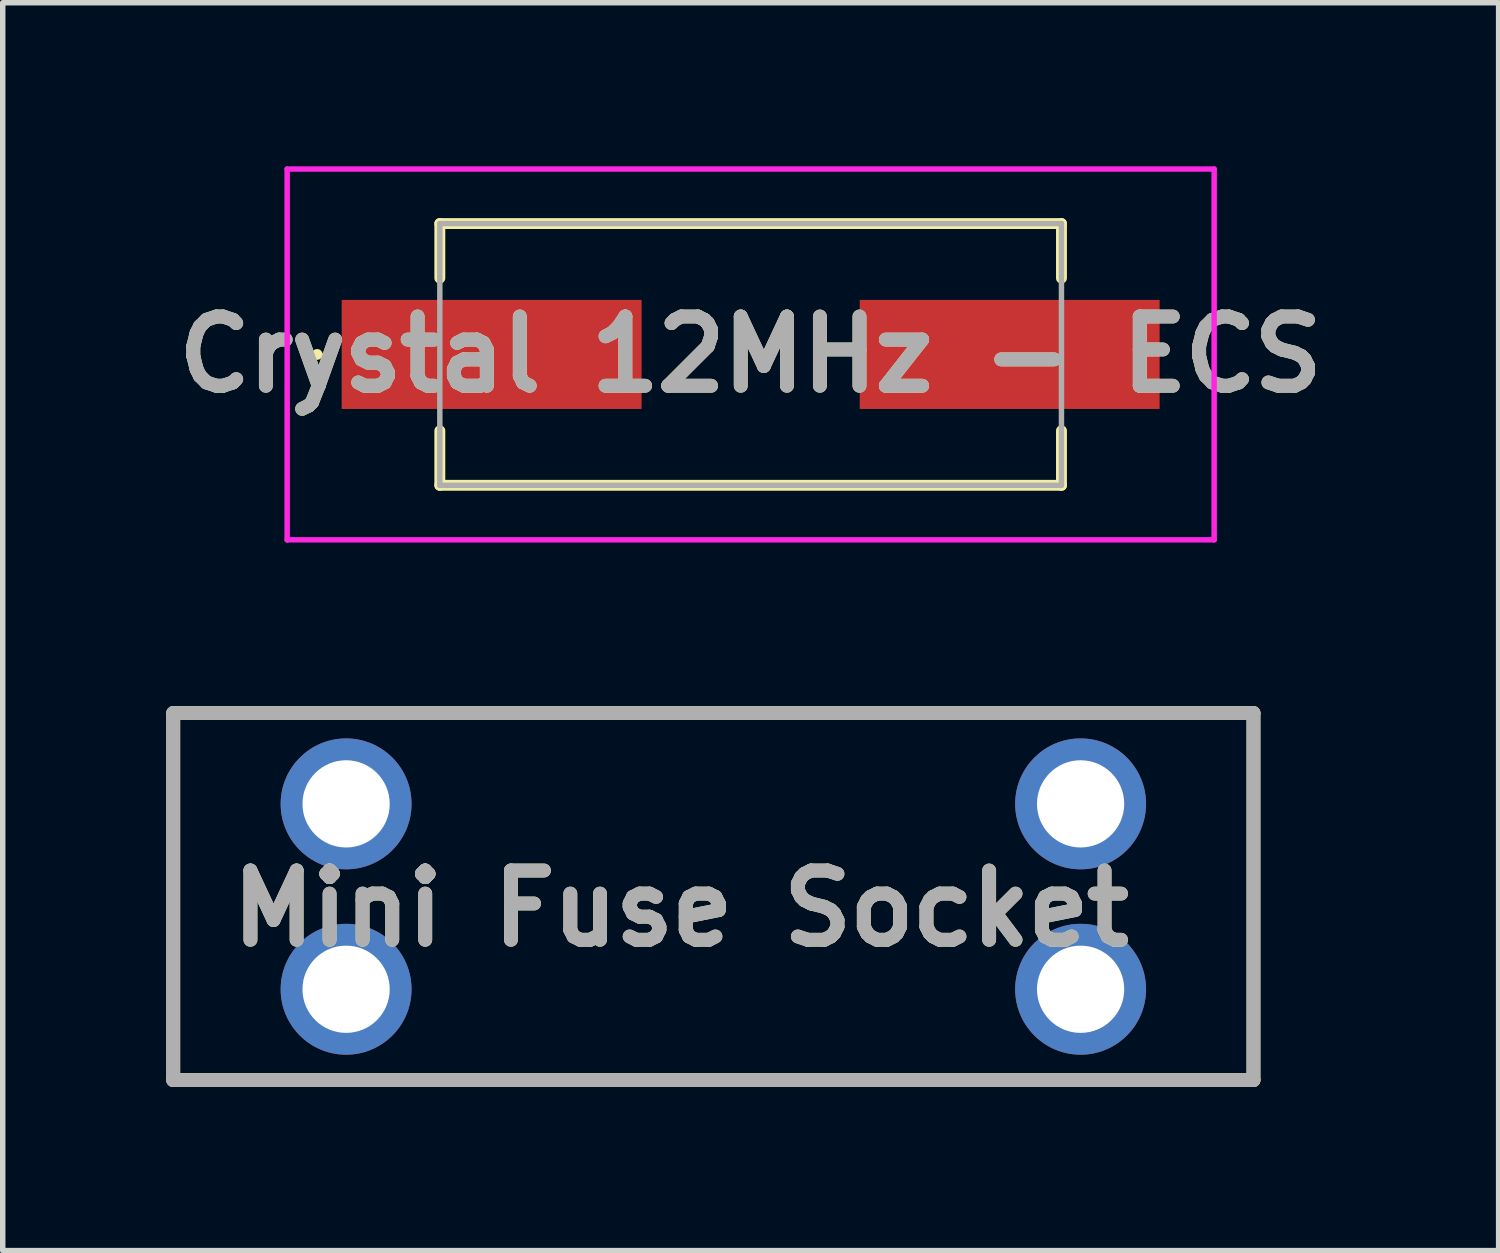
<source format=kicad_pcb>
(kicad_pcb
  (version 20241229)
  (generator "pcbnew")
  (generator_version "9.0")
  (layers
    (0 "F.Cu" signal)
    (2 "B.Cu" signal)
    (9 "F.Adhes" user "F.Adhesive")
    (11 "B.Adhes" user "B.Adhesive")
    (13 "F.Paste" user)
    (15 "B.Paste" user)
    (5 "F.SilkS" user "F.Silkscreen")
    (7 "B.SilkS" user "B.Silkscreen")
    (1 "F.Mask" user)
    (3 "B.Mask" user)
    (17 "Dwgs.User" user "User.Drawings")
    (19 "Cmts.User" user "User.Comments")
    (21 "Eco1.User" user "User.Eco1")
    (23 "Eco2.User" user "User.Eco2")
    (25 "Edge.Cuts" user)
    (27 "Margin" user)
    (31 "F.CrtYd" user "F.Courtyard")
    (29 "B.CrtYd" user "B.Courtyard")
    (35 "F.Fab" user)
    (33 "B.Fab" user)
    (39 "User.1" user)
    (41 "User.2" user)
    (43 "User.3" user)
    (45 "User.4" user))
  (footprint "Crystal 12MHz - ECS"
    (layer "F.Cu")
    (at 10.716 3.45)
    (property "Reference" "Crystal 12MHz - ECS" (at 0 0 0) (layer "F.SilkS") (effects (font (size 1.27 1.27) (thickness 0.254))))
    (attr smd)
    (fp_line (start -8 0) (end -8 0) (stroke (width 0.1) (type solid)) (layer "F.SilkS"))
    (fp_line (start -7.9 0) (end -7.9 0) (stroke (width 0.1) (type solid)) (layer "F.SilkS"))
    (fp_line (start -5.7 -2.4) (end 5.7 -2.4) (stroke (width 0.2) (type solid)) (layer "F.SilkS"))
    (fp_line (start -5.7 -1.4) (end -5.7 -2.4) (stroke (width 0.2) (type solid)) (layer "F.SilkS"))
    (fp_line (start -5.7 2.4) (end -5.7 1.4) (stroke (width 0.2) (type solid)) (layer "F.SilkS"))
    (fp_line (start 5.7 -2.4) (end 5.7 -1.4) (stroke (width 0.2) (type solid)) (layer "F.SilkS"))
    (fp_line (start 5.7 1.4) (end 5.7 2.4) (stroke (width 0.2) (type solid)) (layer "F.SilkS"))
    (fp_line (start 5.7 2.4) (end -5.7 2.4) (stroke (width 0.2) (type solid)) (layer "F.SilkS"))
    (fp_arc (start -8 0) (mid -7.95 -0.05) (end -7.9 0) (stroke (width 0.1) (type solid)) (layer "F.SilkS"))
    (fp_arc (start -7.9 0) (mid -7.95 0.05) (end -8 0) (stroke (width 0.1) (type solid)) (layer "F.SilkS"))
    (fp_line (start -8.5 -3.4) (end 8.5 -3.4) (stroke (width 0.1) (type solid)) (layer "F.CrtYd"))
    (fp_line (start -8.5 3.4) (end -8.5 -3.4) (stroke (width 0.1) (type solid)) (layer "F.CrtYd"))
    (fp_line (start 8.5 -3.4) (end 8.5 3.4) (stroke (width 0.1) (type solid)) (layer "F.CrtYd"))
    (fp_line (start 8.5 3.4) (end -8.5 3.4) (stroke (width 0.1) (type solid)) (layer "F.CrtYd"))
    (fp_line (start -5.7 -2.4) (end 5.7 -2.4) (stroke (width 0.1) (type solid)) (layer "F.Fab"))
    (fp_line (start -5.7 2.4) (end -5.7 -2.4) (stroke (width 0.1) (type solid)) (layer "F.Fab"))
    (fp_line (start 5.7 -2.4) (end 5.7 2.4) (stroke (width 0.1) (type solid)) (layer "F.Fab"))
    (fp_line (start 5.7 2.4) (end -5.7 2.4) (stroke (width 0.1) (type solid)) (layer "F.Fab"))
    (fp_text user "${REFERENCE}" (at 0 0 0) (layer "F.Fab") (effects (font (size 1.27 1.27) (thickness 0.254))))
    (pad "1" smd rect (at -4.75 0 90) (size 2 5.5) (layers "F.Cu" "F.Mask" "F.Paste"))
    (pad "2" smd rect (at 4.75 0 90) (size 2 5.5) (layers "F.Cu" "F.Mask" "F.Paste")))
  (footprint "Mini Fuse Socket"
    (layer "F.Cu")
    (at 10.032 13.392)
    (property "Reference" "Mini Fuse Socket" (at -0.597 0.218 0) (layer "F.SilkS") (effects (font (size 1.27 1.27) (thickness 0.254))))
    (attr through_hole)
    (fp_line (start -9.905 -3.365) (end -9.905 3.365) (stroke (width 0.254) (type solid)) (layer "F.SilkS"))
    (fp_line (start -9.905 3.365) (end 9.905 3.365) (stroke (width 0.254) (type solid)) (layer "F.SilkS"))
    (fp_line (start 9.905 -3.365) (end -9.905 -3.365) (stroke (width 0.254) (type solid)) (layer "F.SilkS"))
    (fp_line (start 9.905 3.365) (end 9.905 -3.365) (stroke (width 0.254) (type solid)) (layer "F.SilkS"))
    (fp_line (start -9.905 -3.365) (end 9.905 -3.365) (stroke (width 0.254) (type solid)) (layer "F.Fab"))
    (fp_line (start -9.905 3.365) (end -9.905 -3.365) (stroke (width 0.254) (type solid)) (layer "F.Fab"))
    (fp_line (start 9.905 -3.365) (end 9.905 3.365) (stroke (width 0.254) (type solid)) (layer "F.Fab"))
    (fp_line (start 9.905 3.365) (end -9.905 3.365) (stroke (width 0.254) (type solid)) (layer "F.Fab"))
    (fp_text user "${REFERENCE}" (at -0.597 0.218 0) (layer "F.Fab") (effects (font (size 1.27 1.27) (thickness 0.254))))
    (pad "1" thru_hole circle (at -6.735 -1.7) (size 2.4 2.4) (drill 1.6) (layers "*.Cu" "*.Mask"))
    (pad "2" thru_hole circle (at 6.735 -1.7) (size 2.4 2.4) (drill 1.6) (layers "*.Cu" "*.Mask"))
    (pad "3" thru_hole circle (at -6.735 1.7) (size 2.4 2.4) (drill 1.6) (layers "*.Cu" "*.Mask"))
    (pad "4" thru_hole circle (at 6.735 1.7) (size 2.4 2.4) (drill 1.6) (layers "*.Cu" "*.Mask")))
  (gr_rect
    (start -3 -3)
    (end 24.433 19.884)
    (stroke (width 0.1) (type default))
    (fill no)
    (layer "Edge.Cuts")))
</source>
